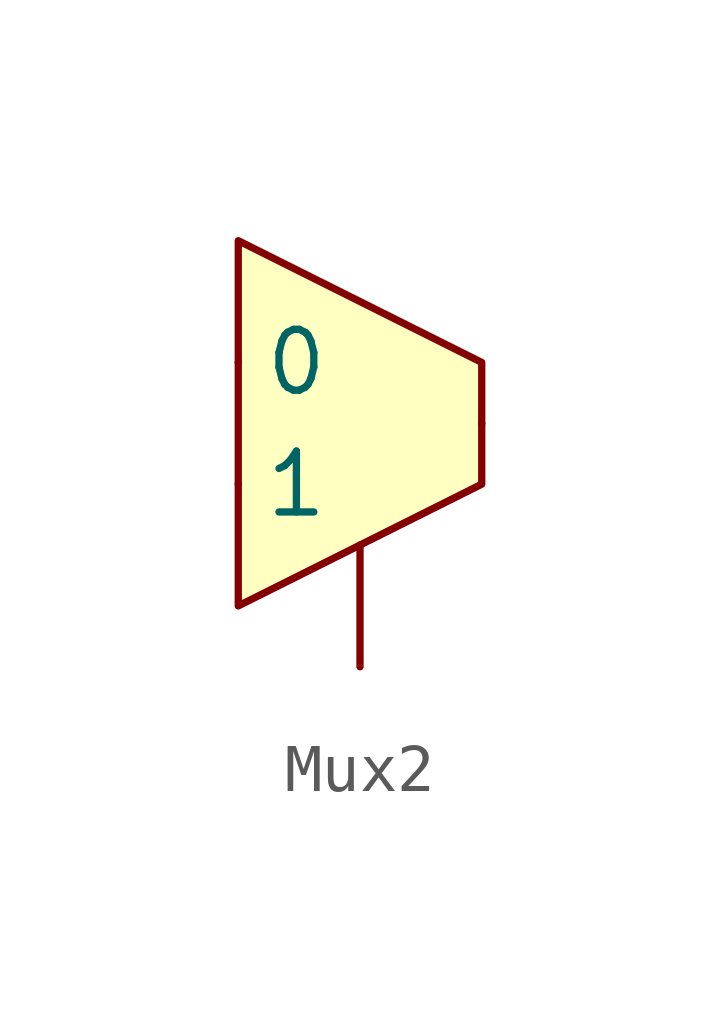
<source format=kicad_sym>
(kicad_symbol_lib
  (version 20211014)
  (generator kicad_symbol_editor)
  (symbol "Mux2"
    (property "Reference" "U"
      (at 0 -8.89 0)
      (effects (font (size 1.27 1.27)) hide))
    (symbol "Mux2_0_1"
      (polyline (pts (xy -2.54 3.81) (xy -2.54 -3.81) (xy 2.54 -1.27) (xy 2.54 1.27) (xy -2.54 3.81)) (stroke (width 0.152) (type default) (color 0 0 0 0)) (fill (type background))))
    (symbol "Mux2_1_1"
      (pin input line (at 0 -5.08 90) (length 2.54) (name "" (effects (font (size 1.27 1.27)))) (number "" (effects (font (size 1.27 1.27)))))
      (pin input line (at -2.54 1.27 0) (length 0) (name "0" (effects (font (size 1.27 1.27)))) (number "" (effects (font (size 1.27 1.27)))))
      (pin input line (at -2.54 -1.27 0) (length 0) (name "1" (effects (font (size 1.27 1.27)))) (number "" (effects (font (size 1.27 1.27)))))
      (pin output line (at 2.54 0 180) (length 0) (name "~" (effects (font (size 1.27 1.27)))) (number "" (effects (font (size 1.27 1.27))))))))
</source>
